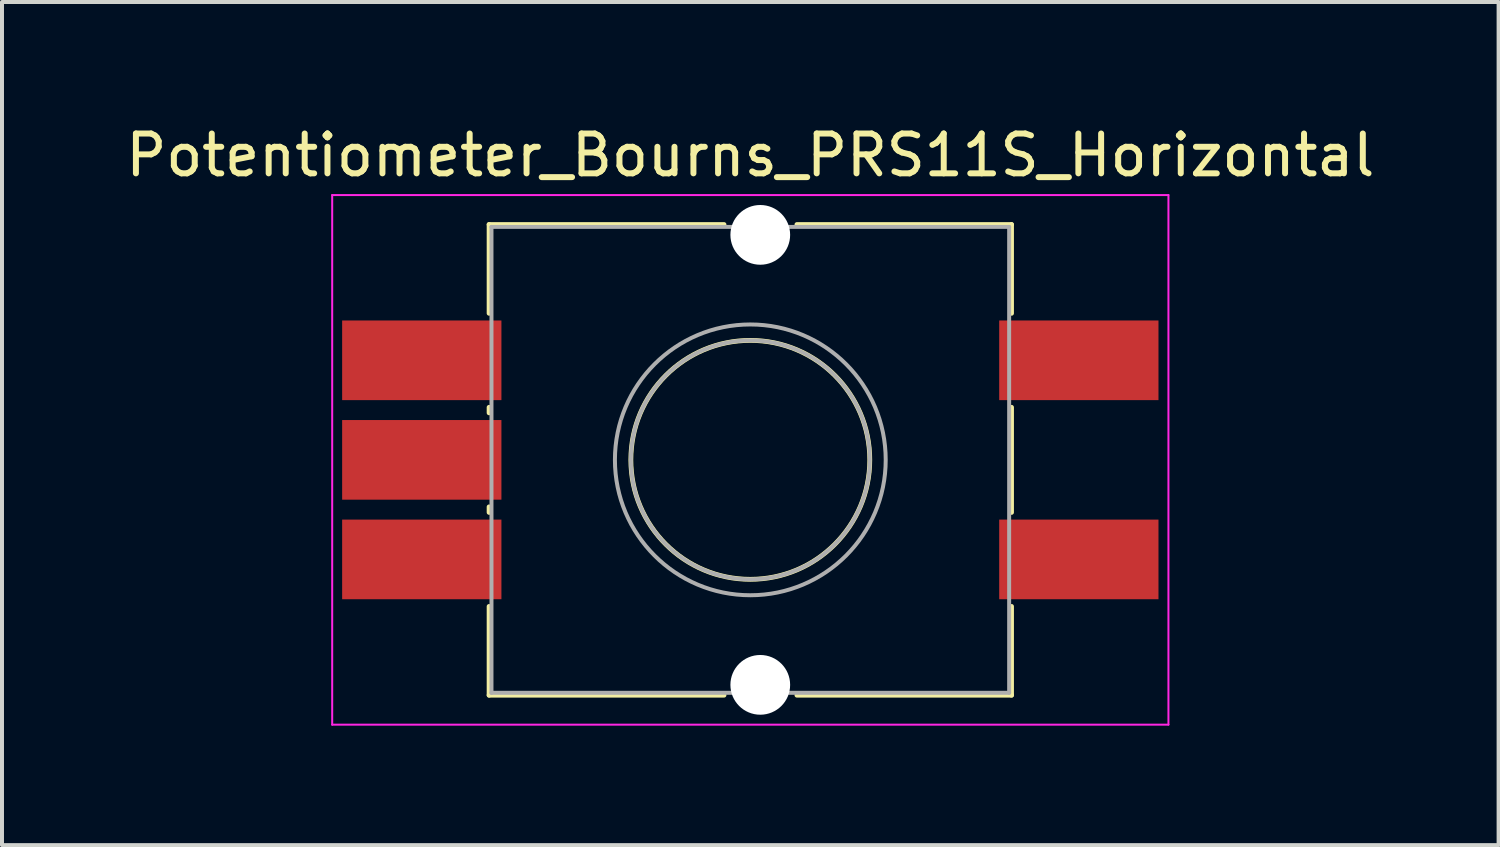
<source format=kicad_pcb>
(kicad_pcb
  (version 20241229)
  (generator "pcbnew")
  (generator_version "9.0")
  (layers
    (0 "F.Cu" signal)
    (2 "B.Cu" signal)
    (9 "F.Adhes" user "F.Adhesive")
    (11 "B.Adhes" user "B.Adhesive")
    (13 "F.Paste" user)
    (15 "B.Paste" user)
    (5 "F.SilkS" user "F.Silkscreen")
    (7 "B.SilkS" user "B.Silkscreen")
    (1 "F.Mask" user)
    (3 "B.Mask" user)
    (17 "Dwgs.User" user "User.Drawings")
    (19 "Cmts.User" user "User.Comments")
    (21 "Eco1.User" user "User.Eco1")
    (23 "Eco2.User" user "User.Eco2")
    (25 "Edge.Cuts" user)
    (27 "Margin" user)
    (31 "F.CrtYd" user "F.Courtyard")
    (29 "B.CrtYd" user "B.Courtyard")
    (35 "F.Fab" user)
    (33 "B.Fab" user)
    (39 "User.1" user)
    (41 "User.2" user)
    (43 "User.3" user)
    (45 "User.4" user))
  (footprint "Potentiometer_Bourns_PRS11S_Horizontal"
    (layer "F.Cu")
    (at 15.792 8.498)
    (property "Reference" "Potentiometer_Bourns_PRS11S_Horizontal" (at 0 -7.65 0) (layer "F.SilkS") (effects (font (size 1 1) (thickness 0.15))))
    (attr smd)
    (fp_line (start -6.56 -5.91) (end -6.56 -3.68) (stroke (width 0.12) (type solid)) (layer "F.SilkS"))
    (fp_line (start -6.56 -5.91) (end -0.66 -5.91) (stroke (width 0.12) (type solid)) (layer "F.SilkS"))
    (fp_line (start -6.56 -1.32) (end -6.56 -1.18) (stroke (width 0.12) (type solid)) (layer "F.SilkS"))
    (fp_line (start -6.56 1.18) (end -6.56 1.32) (stroke (width 0.12) (type solid)) (layer "F.SilkS"))
    (fp_line (start -6.56 3.68) (end -6.56 5.91) (stroke (width 0.12) (type solid)) (layer "F.SilkS"))
    (fp_line (start -6.56 5.91) (end -0.66 5.91) (stroke (width 0.12) (type solid)) (layer "F.SilkS"))
    (fp_line (start 1.17 -5.91) (end 6.56 -5.91) (stroke (width 0.12) (type solid)) (layer "F.SilkS"))
    (fp_line (start 1.17 5.91) (end 6.56 5.91) (stroke (width 0.12) (type solid)) (layer "F.SilkS"))
    (fp_line (start 6.56 -5.91) (end 6.56 -3.68) (stroke (width 0.12) (type solid)) (layer "F.SilkS"))
    (fp_line (start 6.56 -1.32) (end 6.56 1.32) (stroke (width 0.12) (type solid)) (layer "F.SilkS"))
    (fp_line (start 6.56 3.68) (end 6.56 5.91) (stroke (width 0.12) (type solid)) (layer "F.SilkS"))
    (fp_circle (center 0 0) (end 3 0) (stroke (width 0.12) (type solid)) (fill no) (layer "F.SilkS"))
    (fp_line (start -10.5 -6.65) (end -10.5 6.65) (stroke (width 0.05) (type solid)) (layer "F.CrtYd"))
    (fp_line (start -10.5 6.65) (end 10.5 6.65) (stroke (width 0.05) (type solid)) (layer "F.CrtYd"))
    (fp_line (start 10.5 -6.65) (end -10.5 -6.65) (stroke (width 0.05) (type solid)) (layer "F.CrtYd"))
    (fp_line (start 10.5 6.65) (end 10.5 -6.65) (stroke (width 0.05) (type solid)) (layer "F.CrtYd"))
    (fp_line (start -6.5 -5.85) (end -6.5 5.85) (stroke (width 0.1) (type solid)) (layer "F.Fab"))
    (fp_line (start -6.5 5.85) (end 6.5 5.85) (stroke (width 0.1) (type solid)) (layer "F.Fab"))
    (fp_line (start 6.5 -5.85) (end -6.5 -5.85) (stroke (width 0.1) (type solid)) (layer "F.Fab"))
    (fp_line (start 6.5 5.85) (end 6.5 -5.85) (stroke (width 0.1) (type solid)) (layer "F.Fab"))
    (fp_circle (center 0 0) (end 3 0) (stroke (width 0.1) (type solid)) (fill no) (layer "F.Fab"))
    (fp_circle (center 0 0) (end 3.4 0) (stroke (width 0.1) (type solid)) (fill no) (layer "F.Fab"))
    (pad "" np_thru_hole circle (at 0.25 -5.65) (size 1.5 1.5) (drill 1.5) (layers "*.Cu" "*.Mask"))
    (pad "" np_thru_hole circle (at 0.25 5.65) (size 1.5 1.5) (drill 1.5) (layers "*.Cu" "*.Mask"))
    (pad "1" smd rect (at -8.25 2.5) (size 4 2) (layers "F.Cu" "F.Mask"))
    (pad "2" smd rect (at -8.25 0) (size 4 2) (layers "F.Cu" "F.Mask"))
    (pad "3" smd rect (at -8.25 -2.5) (size 4 2) (layers "F.Cu" "F.Mask"))
    (pad "4" smd rect (at 8.25 2.5) (size 4 2) (layers "F.Cu" "F.Mask"))
    (pad "5" smd rect (at 8.25 -2.5) (size 4 2) (layers "F.Cu" "F.Mask")))
  (gr_rect
    (start -3 -3)
    (end 34.583 18.173)
    (stroke (width 0.1) (type default))
    (fill no)
    (layer "Edge.Cuts")))
</source>
